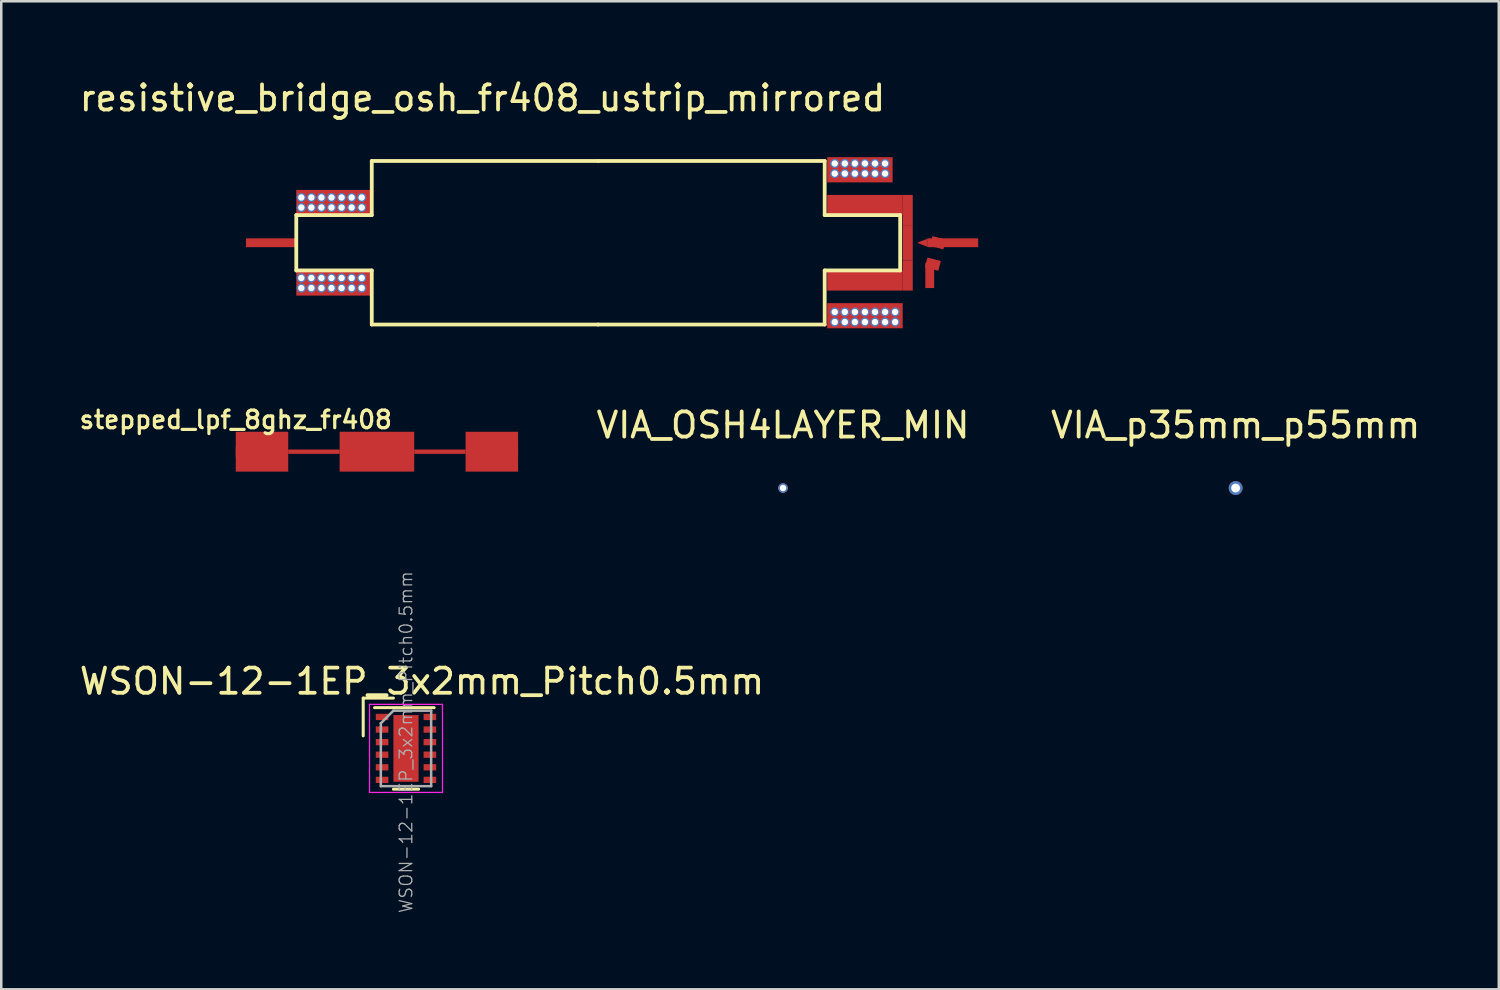
<source format=kicad_pcb>
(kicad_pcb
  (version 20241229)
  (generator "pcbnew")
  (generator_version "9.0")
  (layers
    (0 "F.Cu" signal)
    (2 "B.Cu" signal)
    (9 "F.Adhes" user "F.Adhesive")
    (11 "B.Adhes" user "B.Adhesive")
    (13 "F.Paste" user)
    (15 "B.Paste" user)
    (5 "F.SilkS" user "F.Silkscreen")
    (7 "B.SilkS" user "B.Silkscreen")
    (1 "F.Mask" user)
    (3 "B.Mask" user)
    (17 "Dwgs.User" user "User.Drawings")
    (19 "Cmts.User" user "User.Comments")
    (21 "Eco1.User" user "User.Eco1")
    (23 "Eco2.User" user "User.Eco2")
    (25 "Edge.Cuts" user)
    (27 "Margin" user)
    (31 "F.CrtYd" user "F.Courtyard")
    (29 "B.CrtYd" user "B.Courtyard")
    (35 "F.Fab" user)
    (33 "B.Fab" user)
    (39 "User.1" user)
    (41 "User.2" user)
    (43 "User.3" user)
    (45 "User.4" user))
  (footprint "VIA_p35mm_p55mm"
    (layer "F.Cu")
    (at 46.058 16.346)
    (property "Reference" "VIA_p35mm_p55mm" (at 0 -2.5 0) (layer "F.SilkS") (effects (font (size 1 1) (thickness 0.15))))
    (attr through_hole)
    (pad "1" thru_hole circle (at 0 0) (size 0.55 0.55) (drill 0.35) (layers "*.Cu")))
  (footprint "WSON-12-1EP_3x2mm_Pitch0.5mm"
    (layer "F.Cu")
    (at 13.085 26.694)
    (property "Reference" "WSON-12-1EP_3x2mm_Pitch0.5mm" (at 0.635 -2.667 0) (layer "F.SilkS") (effects (font (size 1 1) (thickness 0.15))))
    (attr smd)
    (fp_line (start -1.7 -2) (end -0.5 -2) (stroke (width 0.12) (type solid)) (layer "F.SilkS"))
    (fp_line (start -1.7 -0.5) (end -1.7 -2) (stroke (width 0.12) (type solid)) (layer "F.SilkS"))
    (fp_line (start -1.25 -1.62) (end 1.12 -1.62) (stroke (width 0.12) (type solid)) (layer "F.SilkS"))
    (fp_line (start 0.5 1.62) (end -0.5 1.62) (stroke (width 0.12) (type solid)) (layer "F.SilkS"))
    (fp_line (start -1.45 -1.75) (end 1.45 -1.75) (stroke (width 0.05) (type solid)) (layer "F.CrtYd"))
    (fp_line (start -1.45 1.75) (end -1.45 -1.75) (stroke (width 0.05) (type solid)) (layer "F.CrtYd"))
    (fp_line (start 1.45 -1.75) (end 1.45 1.75) (stroke (width 0.05) (type solid)) (layer "F.CrtYd"))
    (fp_line (start 1.45 1.75) (end -1.45 1.75) (stroke (width 0.05) (type solid)) (layer "F.CrtYd"))
    (fp_line (start -1 -1) (end -0.5 -1.5) (stroke (width 0.1) (type solid)) (layer "F.Fab"))
    (fp_line (start -1 1.5) (end -1 -1) (stroke (width 0.1) (type solid)) (layer "F.Fab"))
    (fp_line (start -0.5 -1.5) (end 1 -1.5) (stroke (width 0.1) (type solid)) (layer "F.Fab"))
    (fp_line (start 1 -1.5) (end 1 1.5) (stroke (width 0.1) (type solid)) (layer "F.Fab"))
    (fp_line (start 1 1.5) (end -1 1.5) (stroke (width 0.1) (type solid)) (layer "F.Fab"))
    (fp_text user "${REFERENCE}" (at 0 -0.25 90) (layer "F.Fab") (effects (font (size 0.5 0.5) (thickness 0.05))))
    (pad "1" smd rect (at -0.95 -1.25) (size 0.5 0.25) (layers "F.Cu" "F.Mask" "F.Paste"))
    (pad "2" smd rect (at -0.95 -0.75) (size 0.5 0.25) (layers "F.Cu" "F.Mask" "F.Paste"))
    (pad "3" smd rect (at -0.95 -0.25) (size 0.5 0.25) (layers "F.Cu" "F.Mask" "F.Paste"))
    (pad "4" smd rect (at -0.95 0.25) (size 0.5 0.25) (layers "F.Cu" "F.Mask" "F.Paste"))
    (pad "5" smd rect (at -0.95 0.75) (size 0.5 0.25) (layers "F.Cu" "F.Mask" "F.Paste"))
    (pad "6" smd rect (at -0.95 1.25) (size 0.5 0.25) (layers "F.Cu" "F.Mask" "F.Paste"))
    (pad "7" smd rect (at 0.95 1.25) (size 0.5 0.25) (layers "F.Cu" "F.Mask" "F.Paste"))
    (pad "8" smd rect (at 0.95 0.75) (size 0.5 0.25) (layers "F.Cu" "F.Mask" "F.Paste"))
    (pad "9" smd rect (at 0.95 0.25) (size 0.5 0.25) (layers "F.Cu" "F.Mask" "F.Paste"))
    (pad "10" smd rect (at 0.95 -0.25) (size 0.5 0.25) (layers "F.Cu" "F.Mask" "F.Paste"))
    (pad "11" smd rect (at 0.95 -0.75) (size 0.5 0.25) (layers "F.Cu" "F.Mask" "F.Paste"))
    (pad "12" smd rect (at 0.95 -1.25) (size 0.5 0.25) (layers "F.Cu" "F.Mask" "F.Paste"))
    (pad "13" smd rect (at 0 -0.685) (size 0.95 1.17) (layers "F.Cu" "F.Paste"))
    (pad "13" smd rect (at 0 0) (size 1 2.65) (layers "F.Cu" "F.Mask"))
    (pad "13" smd rect (at 0 0.685) (size 0.95 1.17) (layers "F.Cu" "F.Paste")))
  (footprint "stepped_lpf_8ghz_fr408"
    (layer "F.Cu")
    (at 6.32 14.901)
    (property "Reference" "stepped_lpf_8ghz_fr408" (at 0 -1.27 0) (layer "F.SilkS") (effects (font (size 0.7 0.7) (thickness 0.127))))
    (attr smd)
    (fp_poly (pts (xy 0 0.792) (xy 0 -0.792) (xy 2.085 -0.792) (xy 2.085 0.792) (xy 0 0.792)) (stroke (width 0) (type solid)) (fill yes) (layer "F.Cu"))
    (fp_poly (pts (xy 2.085 0.086) (xy 2.085 -0.086) (xy 4.128 -0.086) (xy 4.128 0.086) (xy 2.085 0.086)) (stroke (width 0) (type solid)) (fill yes) (layer "F.Cu"))
    (fp_poly (pts (xy 4.128 0.792) (xy 4.128 -0.792) (xy 7.092 -0.792) (xy 7.092 0.792) (xy 4.128 0.792)) (stroke (width 0) (type solid)) (fill yes) (layer "F.Cu"))
    (fp_poly (pts (xy 7.092 0.086) (xy 7.092 -0.086) (xy 9.134 -0.086) (xy 9.134 0.086) (xy 7.092 0.086)) (stroke (width 0) (type solid)) (fill yes) (layer "F.Cu"))
    (fp_poly (pts (xy 9.134 0.792) (xy 9.134 -0.792) (xy 11.219 -0.792) (xy 11.219 0.792) (xy 9.134 0.792)) (stroke (width 0) (type solid)) (fill yes) (layer "F.Cu"))
    (pad "1" smd rect (at 0.205 0) (size 0.41 0.41) (layers "F.Cu"))
    (pad "2" smd rect (at 11.014 0) (size 0.41 0.41) (layers "F.Cu")))
  (footprint "VIA_OSH4LAYER_MIN"
    (layer "F.Cu")
    (at 28.069 16.346)
    (property "Reference" "VIA_OSH4LAYER_MIN" (at 0 -2.5 0) (layer "F.SilkS") (effects (font (size 1 1) (thickness 0.15))))
    (attr through_hole)
    (pad "1" thru_hole circle (at 0 0) (size 0.381 0.381) (drill 0.254) (layers "*.Cu")))
  (footprint "resistive_bridge_osh_fr408_ustrip_mirrored"
    (layer "F.Cu")
    (at 20.725 6.598)
    (property "Reference" "resistive_bridge_osh_fr408_ustrip_mirrored" (at -4.6 -5.75 0) (layer "F.SilkS") (effects (font (size 1 1) (thickness 0.15))))
    (attr through_hole)
    (fp_line (start -12 -1.1) (end -12 1.1) (stroke (width 0.15) (type solid)) (layer "F.SilkS"))
    (fp_line (start -12 -1.1) (end -9 -1.1) (stroke (width 0.15) (type solid)) (layer "F.SilkS"))
    (fp_line (start -9 -3.25) (end 0 -3.25) (stroke (width 0.15) (type solid)) (layer "F.SilkS"))
    (fp_line (start -9 -1.1) (end -9 -3.25) (stroke (width 0.15) (type solid)) (layer "F.SilkS"))
    (fp_line (start -9 1.1) (end -12 1.1) (stroke (width 0.15) (type solid)) (layer "F.SilkS"))
    (fp_line (start -9 1.1) (end -9 3.25) (stroke (width 0.15) (type solid)) (layer "F.SilkS"))
    (fp_line (start -9 3.25) (end 0 3.25) (stroke (width 0.15) (type solid)) (layer "F.SilkS"))
    (fp_line (start 0 3.25) (end 9 3.25) (stroke (width 0.15) (type solid)) (layer "F.SilkS"))
    (fp_line (start 9 -3.25) (end 0 -3.25) (stroke (width 0.15) (type solid)) (layer "F.SilkS"))
    (fp_line (start 9 -1.1) (end 9 -3.25) (stroke (width 0.15) (type solid)) (layer "F.SilkS"))
    (fp_line (start 9 1.1) (end 9 3.25) (stroke (width 0.15) (type solid)) (layer "F.SilkS"))
    (fp_line (start 12 -1.1) (end 9 -1.1) (stroke (width 0.15) (type solid)) (layer "F.SilkS"))
    (fp_line (start 12 -1.1) (end 12 1.1) (stroke (width 0.15) (type solid)) (layer "F.SilkS"))
    (fp_line (start 12 1.1) (end 9 1.1) (stroke (width 0.15) (type solid)) (layer "F.SilkS"))
    (pad "1" smd rect (at -13 0) (size 2 0.35) (layers "F.Cu" "F.Mask" "F.Paste"))
    (pad "2" smd trapezoid (at 12.9 0 180) (size 0.4 0.18) (rect_delta 0.16 0) (layers "F.Cu" "F.Mask" "F.Paste"))
    (pad "2" smd rect (at 13.5 0 345.5) (size 0.55 0.4) (layers "F.Cu" "F.Mask" "F.Paste"))
    (pad "2" smd rect (at 14.1 0) (size 2 0.35) (layers "F.Cu" "F.Paste"))
    (pad "3" smd rect (at 13.175 1.3) (size 0.35 1) (layers "F.Cu" "F.Mask" "F.Paste"))
    (pad "3" smd rect (at 13.3 0.85 345.5) (size 0.55 0.4) (layers "F.Cu" "F.Mask" "F.Paste"))
    (pad "4" thru_hole circle (at -11.8 -1.8) (size 0.36 0.36) (drill 0.254) (layers "*.Cu" "*.Mask"))
    (pad "4" thru_hole circle (at -11.8 -1.4) (size 0.36 0.36) (drill 0.254) (layers "*.Cu" "*.Mask"))
    (pad "4" thru_hole circle (at -11.8 1.4) (size 0.36 0.36) (drill 0.254) (layers "*.Cu" "*.Mask"))
    (pad "4" thru_hole circle (at -11.8 1.8) (size 0.36 0.36) (drill 0.254) (layers "*.Cu" "*.Mask"))
    (pad "4" thru_hole circle (at -11.4 -1.8) (size 0.36 0.36) (drill 0.254) (layers "*.Cu" "*.Mask"))
    (pad "4" thru_hole circle (at -11.4 -1.4) (size 0.36 0.36) (drill 0.254) (layers "*.Cu" "*.Mask"))
    (pad "4" thru_hole circle (at -11.4 1.4) (size 0.36 0.36) (drill 0.254) (layers "*.Cu" "*.Mask"))
    (pad "4" thru_hole circle (at -11.4 1.8) (size 0.36 0.36) (drill 0.254) (layers "*.Cu" "*.Mask"))
    (pad "4" thru_hole circle (at -11 -1.8) (size 0.36 0.36) (drill 0.254) (layers "*.Cu" "*.Mask"))
    (pad "4" thru_hole circle (at -11 -1.4) (size 0.36 0.36) (drill 0.254) (layers "*.Cu" "*.Mask"))
    (pad "4" thru_hole circle (at -11 1.4) (size 0.36 0.36) (drill 0.254) (layers "*.Cu" "*.Mask"))
    (pad "4" thru_hole circle (at -11 1.8) (size 0.36 0.36) (drill 0.254) (layers "*.Cu" "*.Mask"))
    (pad "4" thru_hole circle (at -10.6 -1.8) (size 0.36 0.36) (drill 0.254) (layers "*.Cu" "*.Mask"))
    (pad "4" thru_hole circle (at -10.6 -1.4) (size 0.36 0.36) (drill 0.254) (layers "*.Cu" "*.Mask"))
    (pad "4" thru_hole circle (at -10.6 1.4) (size 0.36 0.36) (drill 0.254) (layers "*.Cu" "*.Mask"))
    (pad "4" thru_hole circle (at -10.6 1.8) (size 0.36 0.36) (drill 0.254) (layers "*.Cu" "*.Mask"))
    (pad "4" smd rect (at -10.5 -1.6) (size 3 1) (layers "F.Cu" "F.Mask" "F.Paste"))
    (pad "4" smd rect (at -10.5 1.6) (size 3 1) (layers "F.Cu" "F.Mask" "F.Paste"))
    (pad "4" thru_hole circle (at -10.2 -1.8) (size 0.36 0.36) (drill 0.254) (layers "*.Cu" "*.Mask"))
    (pad "4" thru_hole circle (at -10.2 -1.4) (size 0.36 0.36) (drill 0.254) (layers "*.Cu" "*.Mask"))
    (pad "4" thru_hole circle (at -10.2 1.4) (size 0.36 0.36) (drill 0.254) (layers "*.Cu" "*.Mask"))
    (pad "4" thru_hole circle (at -10.2 1.8) (size 0.36 0.36) (drill 0.254) (layers "*.Cu" "*.Mask"))
    (pad "4" thru_hole circle (at -9.8 -1.8) (size 0.36 0.36) (drill 0.254) (layers "*.Cu" "*.Mask"))
    (pad "4" thru_hole circle (at -9.8 -1.4) (size 0.36 0.36) (drill 0.254) (layers "*.Cu" "*.Mask"))
    (pad "4" thru_hole circle (at -9.8 1.4) (size 0.36 0.36) (drill 0.254) (layers "*.Cu" "*.Mask"))
    (pad "4" thru_hole circle (at -9.8 1.8) (size 0.36 0.36) (drill 0.254) (layers "*.Cu" "*.Mask"))
    (pad "4" thru_hole circle (at -9.4 -1.8) (size 0.36 0.36) (drill 0.254) (layers "*.Cu" "*.Mask"))
    (pad "4" thru_hole circle (at -9.4 -1.4) (size 0.36 0.36) (drill 0.254) (layers "*.Cu" "*.Mask"))
    (pad "4" thru_hole circle (at -9.4 1.4) (size 0.36 0.36) (drill 0.254) (layers "*.Cu" "*.Mask"))
    (pad "4" thru_hole circle (at -9.4 1.8) (size 0.36 0.36) (drill 0.254) (layers "*.Cu" "*.Mask"))
    (pad "4" thru_hole circle (at 9.4 -3.15) (size 0.36 0.36) (drill 0.254) (layers "*.Cu" "*.Mask"))
    (pad "4" thru_hole circle (at 9.4 -2.75) (size 0.36 0.36) (drill 0.254) (layers "*.Cu" "*.Mask"))
    (pad "4" thru_hole circle (at 9.4 2.75) (size 0.36 0.36) (drill 0.254) (layers "*.Cu" "*.Mask"))
    (pad "4" thru_hole circle (at 9.4 3.15) (size 0.36 0.36) (drill 0.254) (layers "*.Cu" "*.Mask"))
    (pad "4" thru_hole circle (at 9.8 -3.15) (size 0.36 0.36) (drill 0.254) (layers "*.Cu" "*.Mask"))
    (pad "4" thru_hole circle (at 9.8 -2.75) (size 0.36 0.36) (drill 0.254) (layers "*.Cu" "*.Mask"))
    (pad "4" thru_hole circle (at 9.8 2.75) (size 0.36 0.36) (drill 0.254) (layers "*.Cu" "*.Mask"))
    (pad "4" thru_hole circle (at 9.8 3.15) (size 0.36 0.36) (drill 0.254) (layers "*.Cu" "*.Mask"))
    (pad "4" thru_hole circle (at 10.2 -3.15) (size 0.36 0.36) (drill 0.254) (layers "*.Cu" "*.Mask"))
    (pad "4" thru_hole circle (at 10.2 -2.75) (size 0.36 0.36) (drill 0.254) (layers "*.Cu" "*.Mask"))
    (pad "4" thru_hole circle (at 10.2 2.75) (size 0.36 0.36) (drill 0.254) (layers "*.Cu" "*.Mask"))
    (pad "4" thru_hole circle (at 10.2 3.15) (size 0.36 0.36) (drill 0.254) (layers "*.Cu" "*.Mask"))
    (pad "4" smd rect (at 10.4 -2.9) (size 2.6 1) (layers "F.Cu" "F.Mask" "F.Paste"))
    (pad "4" thru_hole circle (at 10.6 -3.15) (size 0.36 0.36) (drill 0.254) (layers "*.Cu" "*.Mask"))
    (pad "4" thru_hole circle (at 10.6 -2.75) (size 0.36 0.36) (drill 0.254) (layers "*.Cu" "*.Mask"))
    (pad "4" thru_hole circle (at 10.6 2.75) (size 0.36 0.36) (drill 0.254) (layers "*.Cu" "*.Mask"))
    (pad "4" smd rect (at 10.6 2.9) (size 3 1) (layers "F.Cu" "F.Mask" "F.Paste"))
    (pad "4" thru_hole circle (at 10.6 3.15) (size 0.36 0.36) (drill 0.254) (layers "*.Cu" "*.Mask"))
    (pad "4" thru_hole circle (at 11 -3.15) (size 0.36 0.36) (drill 0.254) (layers "*.Cu" "*.Mask"))
    (pad "4" thru_hole circle (at 11 -2.75) (size 0.36 0.36) (drill 0.254) (layers "*.Cu" "*.Mask"))
    (pad "4" thru_hole circle (at 11 2.75) (size 0.36 0.36) (drill 0.254) (layers "*.Cu" "*.Mask"))
    (pad "4" thru_hole circle (at 11 3.15) (size 0.36 0.36) (drill 0.254) (layers "*.Cu" "*.Mask"))
    (pad "4" thru_hole circle (at 11.4 -3.15) (size 0.36 0.36) (drill 0.254) (layers "*.Cu" "*.Mask"))
    (pad "4" thru_hole circle (at 11.4 -2.75) (size 0.36 0.36) (drill 0.254) (layers "*.Cu" "*.Mask"))
    (pad "4" thru_hole circle (at 11.4 2.75) (size 0.36 0.36) (drill 0.254) (layers "*.Cu" "*.Mask"))
    (pad "4" thru_hole circle (at 11.4 3.15) (size 0.36 0.36) (drill 0.254) (layers "*.Cu" "*.Mask"))
    (pad "4" thru_hole circle (at 11.8 2.75) (size 0.36 0.36) (drill 0.254) (layers "*.Cu" "*.Mask"))
    (pad "4" thru_hole circle (at 11.8 3.15) (size 0.36 0.36) (drill 0.254) (layers "*.Cu" "*.Mask"))
    (pad "5" smd rect (at 10.6 -1.5) (size 3 0.8) (layers "F.Cu" "F.Mask" "F.Paste"))
    (pad "5" smd rect (at 10.6 1.5) (size 3 0.8) (layers "F.Cu" "F.Mask" "F.Paste"))
    (pad "5" smd rect (at 12.3 -1.3) (size 0.4 1.2) (layers "F.Cu" "F.Mask" "F.Paste"))
    (pad "5" smd rect (at 12.3 0) (size 0.4 1.4) (layers "F.Cu" "F.Paste"))
    (pad "5" smd rect (at 12.3 1.3) (size 0.4 1.2) (layers "F.Cu" "F.Mask" "F.Paste")))
  (gr_rect
    (start -3 -3)
    (end 56.516 36.267)
    (stroke (width 0.1) (type default))
    (fill no)
    (layer "Edge.Cuts")))
</source>
